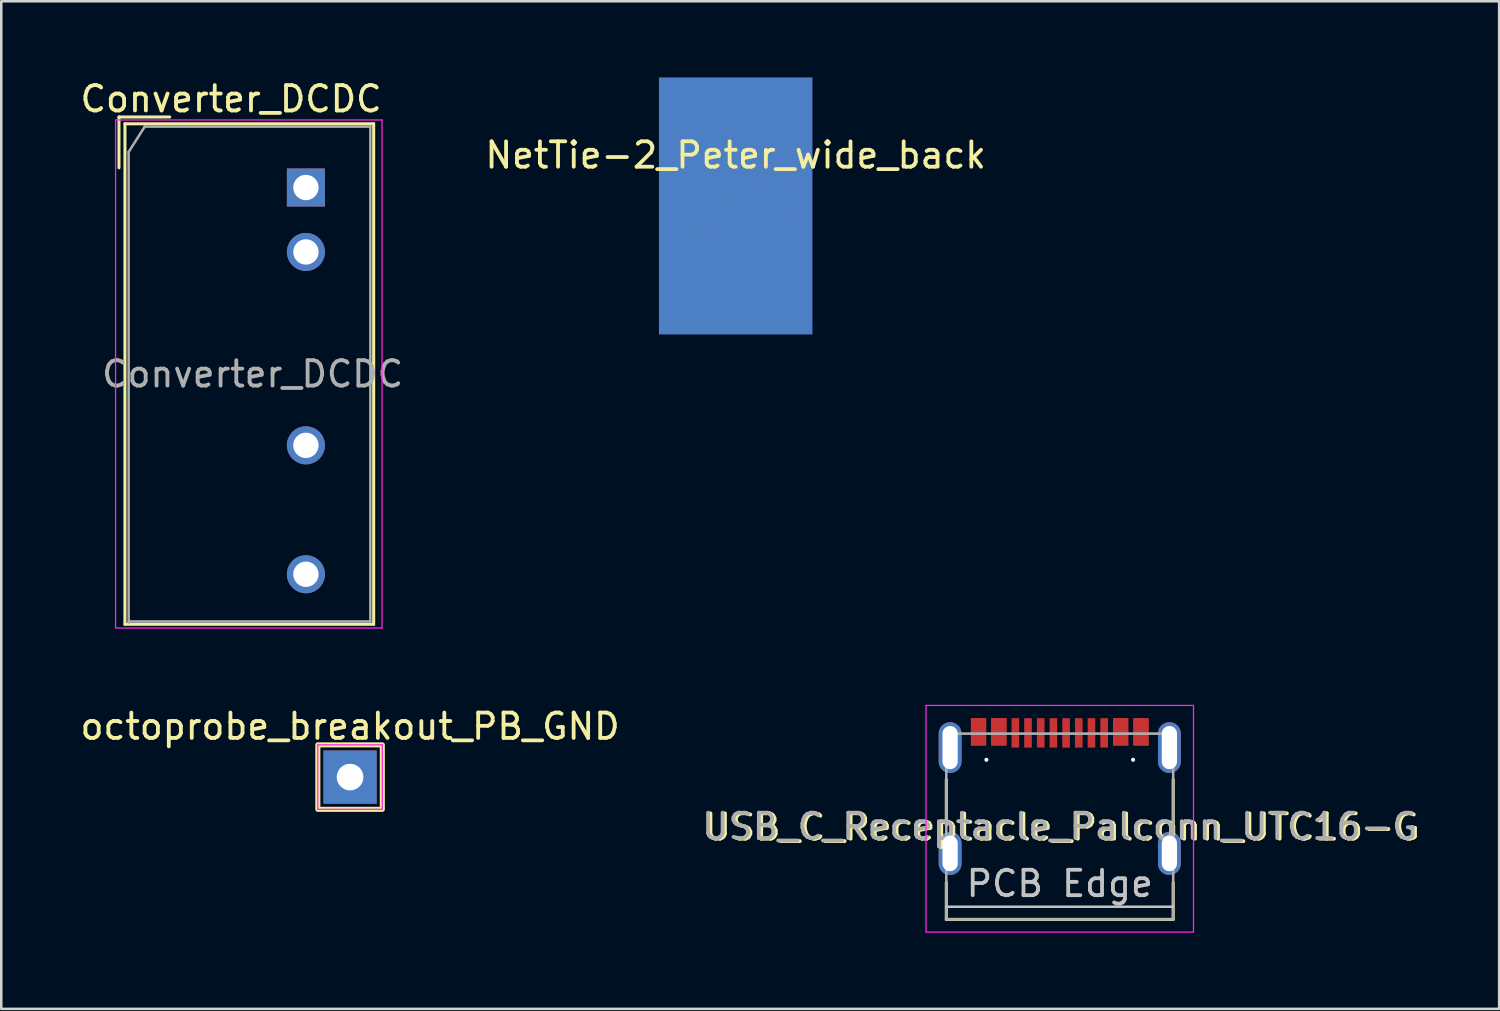
<source format=kicad_pcb>
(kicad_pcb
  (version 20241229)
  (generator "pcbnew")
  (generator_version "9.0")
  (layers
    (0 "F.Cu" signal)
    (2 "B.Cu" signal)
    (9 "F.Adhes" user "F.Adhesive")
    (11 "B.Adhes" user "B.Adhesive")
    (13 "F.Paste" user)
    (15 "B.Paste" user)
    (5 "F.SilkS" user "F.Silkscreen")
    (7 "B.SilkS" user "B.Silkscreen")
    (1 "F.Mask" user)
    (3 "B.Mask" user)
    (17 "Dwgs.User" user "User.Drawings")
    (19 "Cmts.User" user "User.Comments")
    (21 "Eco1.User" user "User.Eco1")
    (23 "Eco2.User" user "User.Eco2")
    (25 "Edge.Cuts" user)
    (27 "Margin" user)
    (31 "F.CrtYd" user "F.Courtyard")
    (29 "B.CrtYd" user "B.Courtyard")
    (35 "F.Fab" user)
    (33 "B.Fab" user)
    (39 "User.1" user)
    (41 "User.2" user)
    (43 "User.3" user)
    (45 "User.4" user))
  (footprint "USB_C_Receptacle_Palconn_UTC16-G"
    (layer "F.Cu")
    (at 38.708 28.338)
    (property "Reference" "USB_C_Receptacle_Palconn_UTC16-G" (at 0.093 1.205 0) (layer "F.SilkS") (effects (font (size 1 1) (thickness 0.15))))
    (attr through_hole)
    (fp_line (start -4.47 -0.67) (end -4.47 1.13) (stroke (width 0.12) (type solid)) (layer "F.SilkS"))
    (fp_line (start -4.47 4.84) (end -4.47 3.38) (stroke (width 0.12) (type solid)) (layer "F.SilkS"))
    (fp_line (start 4.47 -0.67) (end 4.47 1.13) (stroke (width 0.12) (type solid)) (layer "F.SilkS"))
    (fp_line (start 4.47 4.84) (end -4.47 4.84) (stroke (width 0.12) (type solid)) (layer "F.SilkS"))
    (fp_line (start 4.47 4.84) (end 4.47 3.38) (stroke (width 0.12) (type solid)) (layer "F.SilkS"))
    (fp_line (start -4.47 4.34) (end 4.47 4.34) (stroke (width 0.1) (type solid)) (layer "Dwgs.User"))
    (fp_line (start -5.27 -3.59) (end -5.27 5.34) (stroke (width 0.05) (type solid)) (layer "F.CrtYd"))
    (fp_line (start -5.27 5.34) (end 5.27 5.34) (stroke (width 0.05) (type solid)) (layer "F.CrtYd"))
    (fp_line (start 5.27 -3.59) (end -5.27 -3.59) (stroke (width 0.05) (type solid)) (layer "F.CrtYd"))
    (fp_line (start 5.27 5.34) (end 5.27 -3.59) (stroke (width 0.05) (type solid)) (layer "F.CrtYd"))
    (fp_line (start -4.47 -2.48) (end -4.47 4.84) (stroke (width 0.1) (type solid)) (layer "F.Fab"))
    (fp_line (start -4.47 -2.48) (end 4.47 -2.48) (stroke (width 0.1) (type solid)) (layer "F.Fab"))
    (fp_line (start 4.47 -2.48) (end 4.47 4.84) (stroke (width 0.1) (type solid)) (layer "F.Fab"))
    (fp_line (start 4.47 4.84) (end -4.47 4.84) (stroke (width 0.1) (type solid)) (layer "F.Fab"))
    (fp_text user "PCB Edge" (at 0 3.43 0) (layer "Dwgs.User") (effects (font (size 1 1) (thickness 0.15))))
    (fp_text user "${REFERENCE}" (at 0 1.18 0) (layer "F.Fab") (effects (font (size 1 1) (thickness 0.15))))
    (pad "" np_thru_hole circle (at -2.89 -1.45) (size 0.16 0.16) (drill 0.6) (layers "*.Cu" "*.Mask"))
    (pad "" np_thru_hole circle (at 2.89 -1.45) (size 0.16 0.16) (drill 0.6) (layers "*.Cu" "*.Mask"))
    (pad "A1" smd rect (at -3.2 -2.55) (size 0.6 1.08) (layers "F.Cu" "F.Mask" "F.Paste"))
    (pad "A4" smd rect (at -2.4 -2.55) (size 0.6 1.08) (layers "F.Cu" "F.Mask" "F.Paste"))
    (pad "A5" smd rect (at -1.25 -2.51 180) (size 0.3 1.16) (layers "F.Cu" "F.Mask" "F.Paste"))
    (pad "A6" smd rect (at -0.25 -2.51 180) (size 0.3 1.16) (layers "F.Cu" "F.Mask" "F.Paste"))
    (pad "A7" smd rect (at 0.25 -2.51 180) (size 0.3 1.16) (layers "F.Cu" "F.Mask" "F.Paste"))
    (pad "A8" smd rect (at 1.25 -2.51 180) (size 0.3 1.16) (layers "F.Cu" "F.Mask" "F.Paste"))
    (pad "A9" smd rect (at 2.4 -2.55) (size 0.6 1.08) (layers "F.Cu" "F.Mask" "F.Paste"))
    (pad "A12" smd rect (at 3.2 -2.55) (size 0.6 1.08) (layers "F.Cu" "F.Mask" "F.Paste"))
    (pad "B1" smd rect (at 3.2 -2.55) (size 0.6 1.08) (layers "F.Cu" "F.Mask" "F.Paste"))
    (pad "B4" smd rect (at 2.4 -2.55) (size 0.6 1.08) (layers "F.Cu" "F.Mask" "F.Paste"))
    (pad "B5" smd rect (at 1.75 -2.51 180) (size 0.3 1.16) (layers "F.Cu" "F.Mask" "F.Paste"))
    (pad "B6" smd rect (at 0.75 -2.51 180) (size 0.3 1.16) (layers "F.Cu" "F.Mask" "F.Paste"))
    (pad "B7" smd rect (at -0.75 -2.51 180) (size 0.3 1.16) (layers "F.Cu" "F.Mask" "F.Paste"))
    (pad "B8" smd rect (at -1.75 -2.51 180) (size 0.3 1.16) (layers "F.Cu" "F.Mask" "F.Paste"))
    (pad "B9" smd rect (at -2.4 -2.55) (size 0.6 1.08) (layers "F.Cu" "F.Mask" "F.Paste"))
    (pad "B12" smd rect (at -3.2 -2.55) (size 0.6 1.08) (layers "F.Cu" "F.Mask" "F.Paste"))
    (pad "S1" thru_hole oval (at -4.32 -1.93 90) (size 2 0.9) (drill oval 1.7 0.6) (layers "*.Cu" "*.Mask"))
    (pad "S1" thru_hole oval (at -4.32 2.24 90) (size 1.7 0.9) (drill oval 1.4 0.6) (layers "*.Cu" "*.Mask"))
    (pad "S1" thru_hole oval (at 4.32 -1.93 90) (size 2 0.9) (drill oval 1.7 0.6) (layers "*.Cu" "*.Mask"))
    (pad "S1" thru_hole oval (at 4.32 2.24 90) (size 1.7 0.9) (drill oval 1.4 0.6) (layers "*.Cu" "*.Mask")))
  (footprint "octoprobe_breakout_PB_GND"
    (layer "F.Cu")
    (at 10.744 27.57)
    (property "Reference" "octoprobe_breakout_PB_GND" (at 0 -1.998 0) (layer "F.SilkS") (effects (font (size 1 1) (thickness 0.15))))
    (attr exclude_from_pos_files exclude_from_bom)
    (fp_rect (start -1.27 -1.27) (end 1.27 1.27) (stroke (width 0.2) (type solid)) (fill no) (layer "F.SilkS"))
    (fp_line (start -1.27 -1.27) (end -1.27 1.27) (stroke (width 0.05) (type solid)) (layer "F.CrtYd"))
    (fp_line (start -1.27 -1.27) (end 1.27 -1.27) (stroke (width 0.05) (type solid)) (layer "F.CrtYd"))
    (fp_line (start 1.27 1.27) (end -1.27 1.27) (stroke (width 0.05) (type solid)) (layer "F.CrtYd"))
    (fp_line (start 1.27 1.27) (end 1.27 -1.27) (stroke (width 0.05) (type solid)) (layer "F.CrtYd"))
    (pad "1" thru_hole rect (at 0 0) (size 2.1 2.1) (drill 1.05) (layers "*.Cu" "*.Mask")))
  (footprint "Converter_DCDC"
    (layer "F.Cu")
    (at 9.004 4.338)
    (property "Reference" "Converter_DCDC" (at -2.95 -3.49 0) (layer "F.SilkS") (effects (font (size 1 1) (thickness 0.15))))
    (attr through_hole)
    (fp_line (start -7.366 -2.778) (end -5.366 -2.778) (stroke (width 0.12) (type solid)) (layer "F.SilkS"))
    (fp_line (start -7.366 -0.778) (end -7.366 -2.778) (stroke (width 0.12) (type solid)) (layer "F.SilkS"))
    (fp_line (start -7.13 -2.51) (end -7.13 17.21) (stroke (width 0.12) (type solid)) (layer "F.SilkS"))
    (fp_line (start -7.13 -2.51) (end 2.67 -2.51) (stroke (width 0.12) (type solid)) (layer "F.SilkS"))
    (fp_line (start -7.13 17.21) (end 2.67 17.21) (stroke (width 0.12) (type solid)) (layer "F.SilkS"))
    (fp_line (start 2.67 -2.51) (end 2.67 17.21) (stroke (width 0.12) (type solid)) (layer "F.SilkS"))
    (fp_line (start -7.5 -2.66) (end -7.5 17.36) (stroke (width 0.05) (type solid)) (layer "F.CrtYd"))
    (fp_line (start -7.5 17.36) (end 3 17.36) (stroke (width 0.05) (type solid)) (layer "F.CrtYd"))
    (fp_line (start 3 -2.66) (end -7.5 -2.66) (stroke (width 0.05) (type solid)) (layer "F.CrtYd"))
    (fp_line (start 3 17.36) (end 3 -2.66) (stroke (width 0.05) (type solid)) (layer "F.CrtYd"))
    (fp_line (start -6.985 -1.4) (end -6.35 -2.4) (stroke (width 0.1) (type solid)) (layer "F.Fab"))
    (fp_line (start -6.985 17.145) (end -6.985 -1.4) (stroke (width 0.1) (type solid)) (layer "F.Fab"))
    (fp_line (start -6.35 -2.4) (end 2.54 -2.4) (stroke (width 0.1) (type solid)) (layer "F.Fab"))
    (fp_line (start 2.54 -2.4) (end 2.54 17.1) (stroke (width 0.1) (type solid)) (layer "F.Fab"))
    (fp_line (start 2.54 17.1) (end -6.985 17.1) (stroke (width 0.1) (type solid)) (layer "F.Fab"))
    (fp_text user "${REFERENCE}" (at -2.1 7.35 0) (layer "F.Fab") (effects (font (size 1 1) (thickness 0.15))))
    (pad "1" thru_hole rect (at 0 0) (size 1.5 1.5) (drill 1) (layers "*.Cu" "*.Mask"))
    (pad "2" thru_hole circle (at 0 2.54) (size 1.5 1.5) (drill 1) (layers "*.Cu" "*.Mask"))
    (pad "5" thru_hole circle (at 0 10.16) (size 1.5 1.5) (drill 1) (layers "*.Cu" "*.Mask"))
    (pad "7" thru_hole circle (at 0 15.24) (size 1.5 1.5) (drill 1) (layers "*.Cu" "*.Mask")))
  (footprint "NetTie-2_Peter_wide_back"
    (layer "F.Cu")
    (at 25.939 5.064)
    (property "Reference" "NetTie-2_Peter_wide_back" (at 0 -2 0) (layer "F.SilkS") (effects (font (size 1 1) (thickness 0.15))))
    (attr exclude_from_pos_files exclude_from_bom allow_missing_courtyard)
    (fp_poly (pts (xy -3.024 -5.064) (xy 3.024 -5.064) (xy 3.024 5.064) (xy -3.024 5.064)) (stroke (width 0) (type solid)) (fill yes) (layer "B.Cu"))
    (pad "1" smd circle (at -1.5 0) (size 2 2) (layers "B.Cu"))
    (pad "2" smd circle (at 1.5 0) (size 2 2) (layers "B.Cu")))
  (gr_rect
    (start -3 -3)
    (end 56.022 36.703)
    (stroke (width 0.1) (type default))
    (fill no)
    (layer "Edge.Cuts")))
</source>
